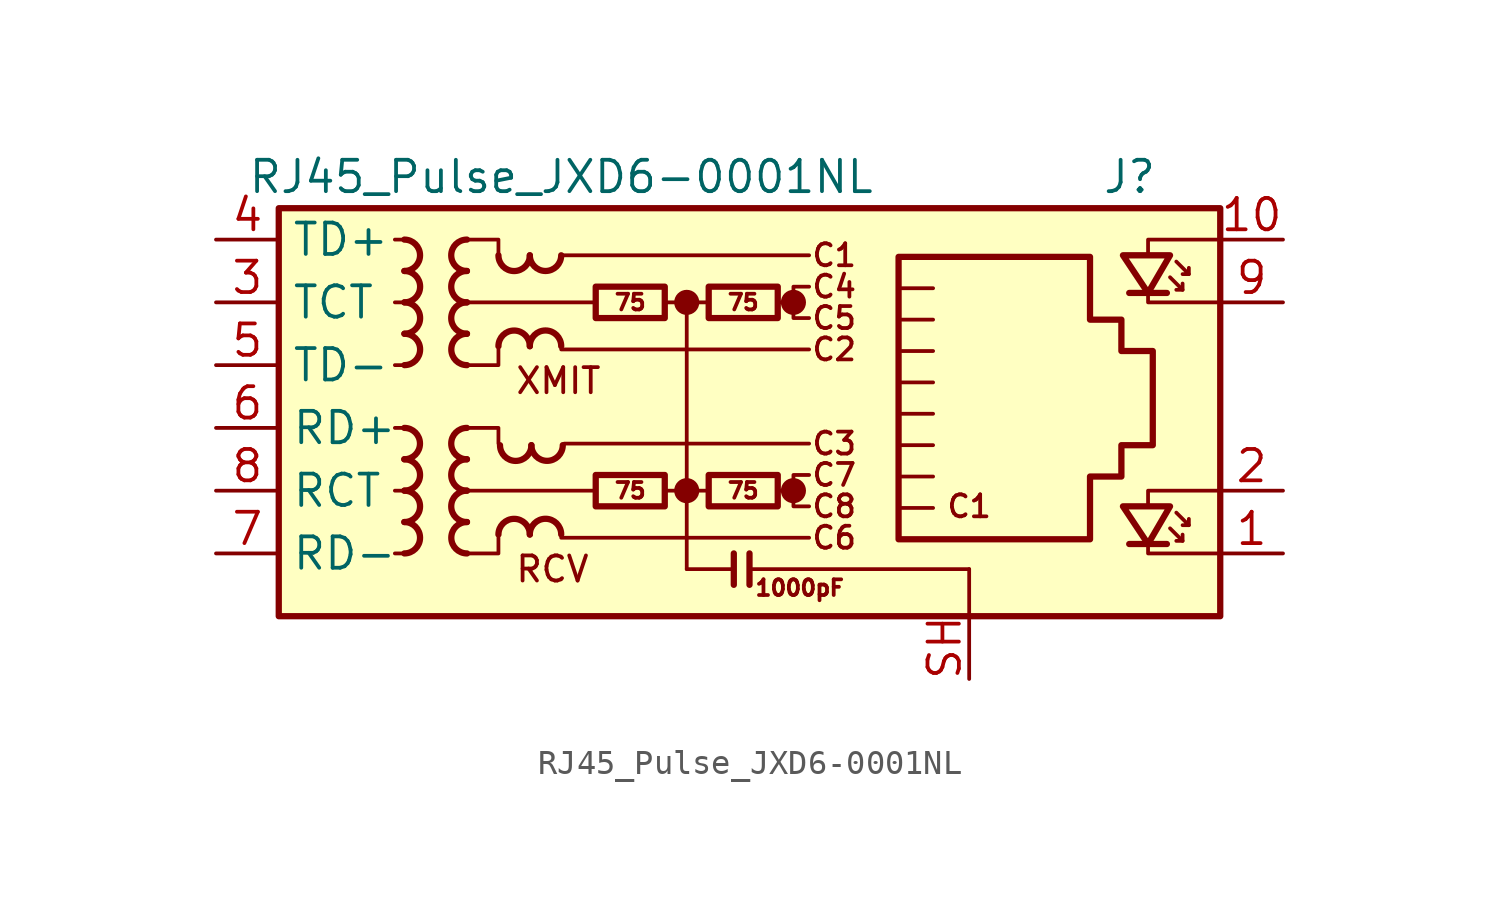
<source format=kicad_sym>
(kicad_symbol_lib
  (version 20220914)
  (generator kicad_symbol_editor)
  (symbol "RJ45_Pulse_JXD6-0001NL"
    (property "Reference" "J"
      (at 17.78 10.16 0)
      (effects (font (size 1.27 1.27)) (justify right)))
    (property "Value" "RJ45_Pulse_JXD6-0001NL"
      (at -6.35 10.16 0)
      (effects (font (size 1.27 1.27))))
    (symbol "RJ45_Pulse_JXD6-0001NL_0_0"
      (circle (center -1.27 -2.54) (radius 0.0001) (stroke (width 0.508) (type default)) (fill (type none)))
      (circle (center -1.27 5.08) (radius 0.0001) (stroke (width 0.508) (type default)) (fill (type none)))
      (polyline (pts (xy -1.27 5.08) (xy -1.27 -5.715)) (stroke (width 0) (type default)) (fill (type none)))
      (polyline (pts (xy 0.635 -5.08) (xy 0.635 -6.35)) (stroke (width 0.254) (type default)) (fill (type none)))
      (polyline (pts (xy 1.27 -5.08) (xy 1.27 -6.35)) (stroke (width 0.254) (type default)) (fill (type none)))
      (polyline (pts (xy 3.048 -2.54) (xy 2.54 -2.54)) (stroke (width 0) (type default)) (fill (type none)))
      (polyline (pts (xy 3.048 5.08) (xy 2.54 5.08)) (stroke (width 0) (type default)) (fill (type none)))
      (polyline (pts (xy 17.399 -3.175) (xy 17.399 -2.54) (xy 20.32 -2.54)) (stroke (width 0) (type default)) (fill (type none)))
      (polyline (pts (xy 17.399 6.985) (xy 17.399 7.62) (xy 20.32 7.62)) (stroke (width 0) (type default)) (fill (type none)))
      (polyline (pts (xy 20.32 -5.08) (xy 17.399 -5.08) (xy 17.399 -4.572)) (stroke (width 0) (type default)) (fill (type none)))
      (polyline (pts (xy 20.32 5.08) (xy 17.399 5.08) (xy 17.399 5.588)) (stroke (width 0) (type default)) (fill (type none)))
      (polyline (pts (xy 3.683 -1.905) (xy 3.048 -1.905) (xy 3.048 -3.175) (xy 3.683 -3.175)) (stroke (width 0) (type default)) (fill (type none)))
      (polyline (pts (xy 3.683 5.715) (xy 3.048 5.715) (xy 3.048 4.445) (xy 3.683 4.445)) (stroke (width 0) (type default)) (fill (type none)))
      (circle (center 3.048 -2.54) (radius 0.0001) (stroke (width 0.508) (type default)) (fill (type none)))
      (circle (center 3.048 5.08) (radius 0.0001) (stroke (width 0.508) (type default)) (fill (type none)))
      (text "C1" (at 4.699 6.985 0) (effects (font (size 0.889 0.889))))
      (text "C1" (at 10.16 -3.175 0) (effects (font (size 0.889 0.889))))
      (text "C2" (at 4.699 3.175 0) (effects (font (size 0.889 0.889))))
      (text "C3" (at 4.699 -0.635 0) (effects (font (size 0.889 0.889))))
      (text "C4" (at 4.699 5.715 0) (effects (font (size 0.889 0.889))))
      (text "C5" (at 4.699 4.445 0) (effects (font (size 0.889 0.889))))
      (text "C6" (at 4.699 -4.445 0) (effects (font (size 0.889 0.889))))
      (text "C7" (at 4.699 -1.905 0) (effects (font (size 0.889 0.889))))
      (text "C8" (at 4.699 -3.175 0) (effects (font (size 0.889 0.889))))
      (text "RCV" (at -8.255 -5.715 0) (effects (font (size 1.016 1.016)) (justify left)))
      (text "XMIT" (at -8.255 1.905 0) (effects (font (size 1.016 1.016)) (justify left))))
    (symbol "RJ45_Pulse_JXD6-0001NL_0_1"
      (rectangle (start -17.78 8.89) (end 20.32 -7.62) (stroke (width 0.254) (type default)) (fill (type background)))
      (polyline (pts (xy -12.7 -5.08) (xy -13.081 -5.08)) (stroke (width 0) (type default)) (fill (type none)))
      (polyline (pts (xy -12.7 -2.54) (xy -13.081 -2.54)) (stroke (width 0) (type default)) (fill (type none)))
      (polyline (pts (xy -12.7 0) (xy -13.081 0)) (stroke (width 0) (type default)) (fill (type none)))
      (polyline (pts (xy -12.7 2.54) (xy -13.081 2.54)) (stroke (width 0) (type default)) (fill (type none)))
      (polyline (pts (xy -12.7 5.08) (xy -13.081 5.08)) (stroke (width 0) (type default)) (fill (type none)))
      (polyline (pts (xy -12.7 7.62) (xy -13.081 7.62)) (stroke (width 0) (type default)) (fill (type none)))
      (polyline (pts (xy -6.35 -4.445) (xy 3.683 -4.445)) (stroke (width 0) (type default)) (fill (type none)))
      (polyline (pts (xy -6.35 3.175) (xy 3.683 3.175)) (stroke (width 0) (type default)) (fill (type none)))
      (polyline (pts (xy -6.35 6.985) (xy 3.683 6.985)) (stroke (width 0) (type default)) (fill (type none)))
      (polyline (pts (xy -6.223 -0.635) (xy 3.683 -0.635)) (stroke (width 0) (type default)) (fill (type none)))
      (polyline (pts (xy -5.08 -2.54) (xy -10.16 -2.54)) (stroke (width 0) (type default)) (fill (type none)))
      (polyline (pts (xy -4.953 5.08) (xy -10.16 5.08)) (stroke (width 0) (type default)) (fill (type none)))
      (polyline (pts (xy -2.159 -2.54) (xy -0.381 -2.54)) (stroke (width 0) (type default)) (fill (type none)))
      (polyline (pts (xy -2.159 5.08) (xy -0.381 5.08)) (stroke (width 0) (type default)) (fill (type none)))
      (polyline (pts (xy 0.635 -5.715) (xy -1.27 -5.715)) (stroke (width 0) (type default)) (fill (type none)))
      (polyline (pts (xy 7.429 -1.968) (xy 8.7 -1.968)) (stroke (width 0) (type default)) (fill (type none)))
      (polyline (pts (xy 7.429 -0.699) (xy 8.7 -0.699)) (stroke (width 0) (type default)) (fill (type none)))
      (polyline (pts (xy 7.429 0.572) (xy 8.7 0.572)) (stroke (width 0) (type default)) (fill (type none)))
      (polyline (pts (xy 7.429 1.841) (xy 8.7 1.841)) (stroke (width 0) (type default)) (fill (type none)))
      (polyline (pts (xy 7.429 3.111) (xy 8.7 3.111)) (stroke (width 0) (type default)) (fill (type none)))
      (polyline (pts (xy 8.7 -3.239) (xy 7.429 -3.239)) (stroke (width 0) (type default)) (fill (type none)))
      (polyline (pts (xy 8.7 4.381) (xy 7.429 4.381)) (stroke (width 0) (type default)) (fill (type none)))
      (polyline (pts (xy 8.7 5.652) (xy 7.429 5.652)) (stroke (width 0) (type default)) (fill (type none)))
      (polyline (pts (xy 10.16 -5.715) (xy 1.27 -5.715)) (stroke (width 0) (type default)) (fill (type none)))
      (polyline (pts (xy 10.16 -5.715) (xy 10.16 -7.62)) (stroke (width 0) (type default)) (fill (type none)))
      (polyline (pts (xy -10.16 0) (xy -8.89 0) (xy -8.89 -0.635)) (stroke (width 0) (type default)) (fill (type none)))
      (polyline (pts (xy -10.16 7.62) (xy -8.89 7.62) (xy -8.89 6.985)) (stroke (width 0) (type default)) (fill (type none)))
      (polyline (pts (xy -8.89 -4.445) (xy -8.89 -5.08) (xy -10.16 -5.08)) (stroke (width 0) (type default)) (fill (type none)))
      (polyline (pts (xy -8.89 3.175) (xy -8.89 2.54) (xy -10.16 2.54)) (stroke (width 0) (type default)) (fill (type none))))
    (symbol "RJ45_Pulse_JXD6-0001NL_1_0"
      (text "1000pF" (at 3.302 -6.477 0) (effects (font (size 0.635 0.635)))))
    (symbol "RJ45_Pulse_JXD6-0001NL_1_1"
      (arc (start -12.7 -1.27) (mid -12.0677 -0.635) (end -12.7 0) (stroke (width 0.254) (type default)) (fill (type none)))
      (arc (start -12.6973 -5.08) (mid -12.065 -4.445) (end -12.6973 -3.81) (stroke (width 0.254) (type default)) (fill (type none)))
      (arc (start -12.6973 -3.81) (mid -12.065 -3.175) (end -12.6973 -2.54) (stroke (width 0.254) (type default)) (fill (type none)))
      (arc (start -12.6973 -2.54) (mid -12.065 -1.905) (end -12.6973 -1.27) (stroke (width 0.254) (type default)) (fill (type none)))
      (arc (start -12.6973 6.35) (mid -12.065 6.985) (end -12.6973 7.62) (stroke (width 0.254) (type default)) (fill (type none)))
      (arc (start -12.6946 2.54) (mid -12.0623 3.175) (end -12.6946 3.81) (stroke (width 0.254) (type default)) (fill (type none)))
      (arc (start -12.6946 3.81) (mid -12.0623 4.445) (end -12.6946 5.08) (stroke (width 0.254) (type default)) (fill (type none)))
      (arc (start -12.6946 5.08) (mid -12.0623 5.715) (end -12.6946 6.35) (stroke (width 0.254) (type default)) (fill (type none)))
      (arc (start -10.1654 -2.54) (mid -10.7977 -3.175) (end -10.1654 -3.81) (stroke (width 0.254) (type default)) (fill (type none)))
      (arc (start -10.1654 -1.27) (mid -10.7977 -1.905) (end -10.1654 -2.54) (stroke (width 0.254) (type default)) (fill (type none)))
      (arc (start -10.1654 0) (mid -10.7977 -0.635) (end -10.1654 -1.27) (stroke (width 0.254) (type default)) (fill (type none)))
      (arc (start -10.1654 5.08) (mid -10.7977 4.445) (end -10.1654 3.81) (stroke (width 0.254) (type default)) (fill (type none)))
      (arc (start -10.1654 6.35) (mid -10.7977 5.715) (end -10.1654 5.08) (stroke (width 0.254) (type default)) (fill (type none)))
      (arc (start -10.1654 7.62) (mid -10.7977 6.985) (end -10.1654 6.35) (stroke (width 0.254) (type default)) (fill (type none)))
      (arc (start -10.1627 -3.81) (mid -10.795 -4.445) (end -10.1627 -5.08) (stroke (width 0.254) (type default)) (fill (type none)))
      (arc (start -10.1627 3.81) (mid -10.795 3.175) (end -10.1627 2.54) (stroke (width 0.254) (type default)) (fill (type none)))
      (arc (start -8.89 6.9823) (mid -8.255 6.35) (end -7.62 6.9823) (stroke (width 0.254) (type default)) (fill (type none)))
      (arc (start -8.8265 -0.7012) (mid -8.1915 -1.3335) (end -7.5565 -0.7012) (stroke (width 0.254) (type default)) (fill (type none)))
      (arc (start -7.62 -4.3153) (mid -8.255 -3.683) (end -8.89 -4.3153) (stroke (width 0.254) (type default)) (fill (type none)))
      (arc (start -7.62 3.3047) (mid -8.255 3.937) (end -8.89 3.3047) (stroke (width 0.254) (type default)) (fill (type none)))
      (arc (start -7.62 6.985) (mid -6.985 6.3527) (end -6.35 6.985) (stroke (width 0.254) (type default)) (fill (type none)))
      (arc (start -7.5565 -0.6985) (mid -6.9215 -1.3308) (end -6.2865 -0.6985) (stroke (width 0.254) (type default)) (fill (type none)))
      (arc (start -6.35 -4.3126) (mid -6.985 -3.6803) (end -7.62 -4.3126) (stroke (width 0.254) (type default)) (fill (type none)))
      (arc (start -6.35 3.3074) (mid -6.985 3.9397) (end -7.62 3.3074) (stroke (width 0.254) (type default)) (fill (type none)))
      (rectangle (start -4.953 -1.905) (end -2.159 -3.175) (stroke (width 0.254) (type default)) (fill (type none)))
      (rectangle (start -4.953 5.715) (end -2.159 4.445) (stroke (width 0.254) (type default)) (fill (type none)))
      (rectangle (start -0.381 -1.905) (end 2.413 -3.175) (stroke (width 0.254) (type default)) (fill (type none)))
      (rectangle (start -0.381 5.715) (end 2.413 4.445) (stroke (width 0.254) (type default)) (fill (type none)))
      (polyline (pts (xy 18.161 -4.699) (xy 16.637 -4.699)) (stroke (width 0.254) (type default)) (fill (type none)))
      (polyline (pts (xy 18.161 5.461) (xy 16.637 5.461)) (stroke (width 0.254) (type default)) (fill (type none)))
      (polyline (pts (xy 18.796 -4.572) (xy 18.796 -4.318)) (stroke (width 0) (type default)) (fill (type none)))
      (polyline (pts (xy 18.796 5.588) (xy 18.796 5.842)) (stroke (width 0) (type default)) (fill (type none)))
      (polyline (pts (xy 19.05 -3.937) (xy 19.05 -3.683)) (stroke (width 0) (type default)) (fill (type none)))
      (polyline (pts (xy 19.05 6.223) (xy 19.05 6.477)) (stroke (width 0) (type default)) (fill (type none)))
      (polyline (pts (xy 18.288 -4.064) (xy 18.796 -4.572) (xy 18.542 -4.572)) (stroke (width 0) (type default)) (fill (type none)))
      (polyline (pts (xy 18.288 6.096) (xy 18.796 5.588) (xy 18.542 5.588)) (stroke (width 0) (type default)) (fill (type none)))
      (polyline (pts (xy 18.542 -3.429) (xy 19.05 -3.937) (xy 18.796 -3.937)) (stroke (width 0) (type default)) (fill (type none)))
      (polyline (pts (xy 18.542 6.731) (xy 19.05 6.223) (xy 18.796 6.223)) (stroke (width 0) (type default)) (fill (type none)))
      (polyline (pts (xy 18.288 -3.175) (xy 16.383 -3.175) (xy 17.399 -4.699) (xy 18.288 -3.175)) (stroke (width 0.254) (type default)) (fill (type none)))
      (polyline (pts (xy 18.288 6.985) (xy 16.383 6.985) (xy 17.399 5.461) (xy 18.288 6.985)) (stroke (width 0.254) (type default)) (fill (type none)))
      (polyline (pts (xy 7.303 -4.508) (xy 7.303 6.921) (xy 15.05 6.921) (xy 15.05 4.381) (xy 16.32 4.381) (xy 16.32 3.111) (xy 17.59 3.111) (xy 17.59 -0.699) (xy 16.32 -0.699) (xy 16.32 -1.968) (xy 15.05 -1.968) (xy 15.05 -4.508) (xy 7.303 -4.508)) (stroke (width 0.254) (type default)) (fill (type none)))
      (text "75" (at -3.556 -2.54 0) (effects (font (size 0.635 0.635))))
      (text "75" (at -3.556 5.08 0) (effects (font (size 0.635 0.635))))
      (text "75" (at 1.016 -2.54 0) (effects (font (size 0.635 0.635))))
      (text "75" (at 1.016 5.08 0) (effects (font (size 0.635 0.635))))
      (pin passive line (at 22.86 -5.08 180) (length 2.54) (name "" (effects (font (size 1.27 1.27)))) (number "1" (effects (font (size 1.27 1.27)))))
      (pin passive line (at 22.86 7.62 180) (length 2.54) (name "" (effects (font (size 1.27 1.27)))) (number "10" (effects (font (size 1.27 1.27)))))
      (pin passive line (at 22.86 -2.54 180) (length 2.54) (name "" (effects (font (size 1.27 1.27)))) (number "2" (effects (font (size 1.27 1.27)))))
      (pin passive line (at -20.32 5.08 0) (length 2.54) (name "TCT" (effects (font (size 1.27 1.27)))) (number "3" (effects (font (size 1.27 1.27)))))
      (pin passive line (at -20.32 7.62 0) (length 2.54) (name "TD+" (effects (font (size 1.27 1.27)))) (number "4" (effects (font (size 1.27 1.27)))))
      (pin passive line (at -20.32 2.54 0) (length 2.54) (name "TD-" (effects (font (size 1.27 1.27)))) (number "5" (effects (font (size 1.27 1.27)))))
      (pin passive line (at -20.32 0 0) (length 2.54) (name "RD+" (effects (font (size 1.27 1.27)))) (number "6" (effects (font (size 1.27 1.27)))))
      (pin passive line (at -20.32 -5.08 0) (length 2.54) (name "RD-" (effects (font (size 1.27 1.27)))) (number "7" (effects (font (size 1.27 1.27)))))
      (pin passive line (at -20.32 -2.54 0) (length 2.54) (name "RCT" (effects (font (size 1.27 1.27)))) (number "8" (effects (font (size 1.27 1.27)))))
      (pin passive line (at 22.86 5.08 180) (length 2.54) (name "" (effects (font (size 1.27 1.27)))) (number "9" (effects (font (size 1.27 1.27)))))
      (pin power_in line (at 10.16 -10.16 90) (length 2.54) (name "" (effects (font (size 1.27 1.27)))) (number "SH" (effects (font (size 1.27 1.27))))))))
</source>
